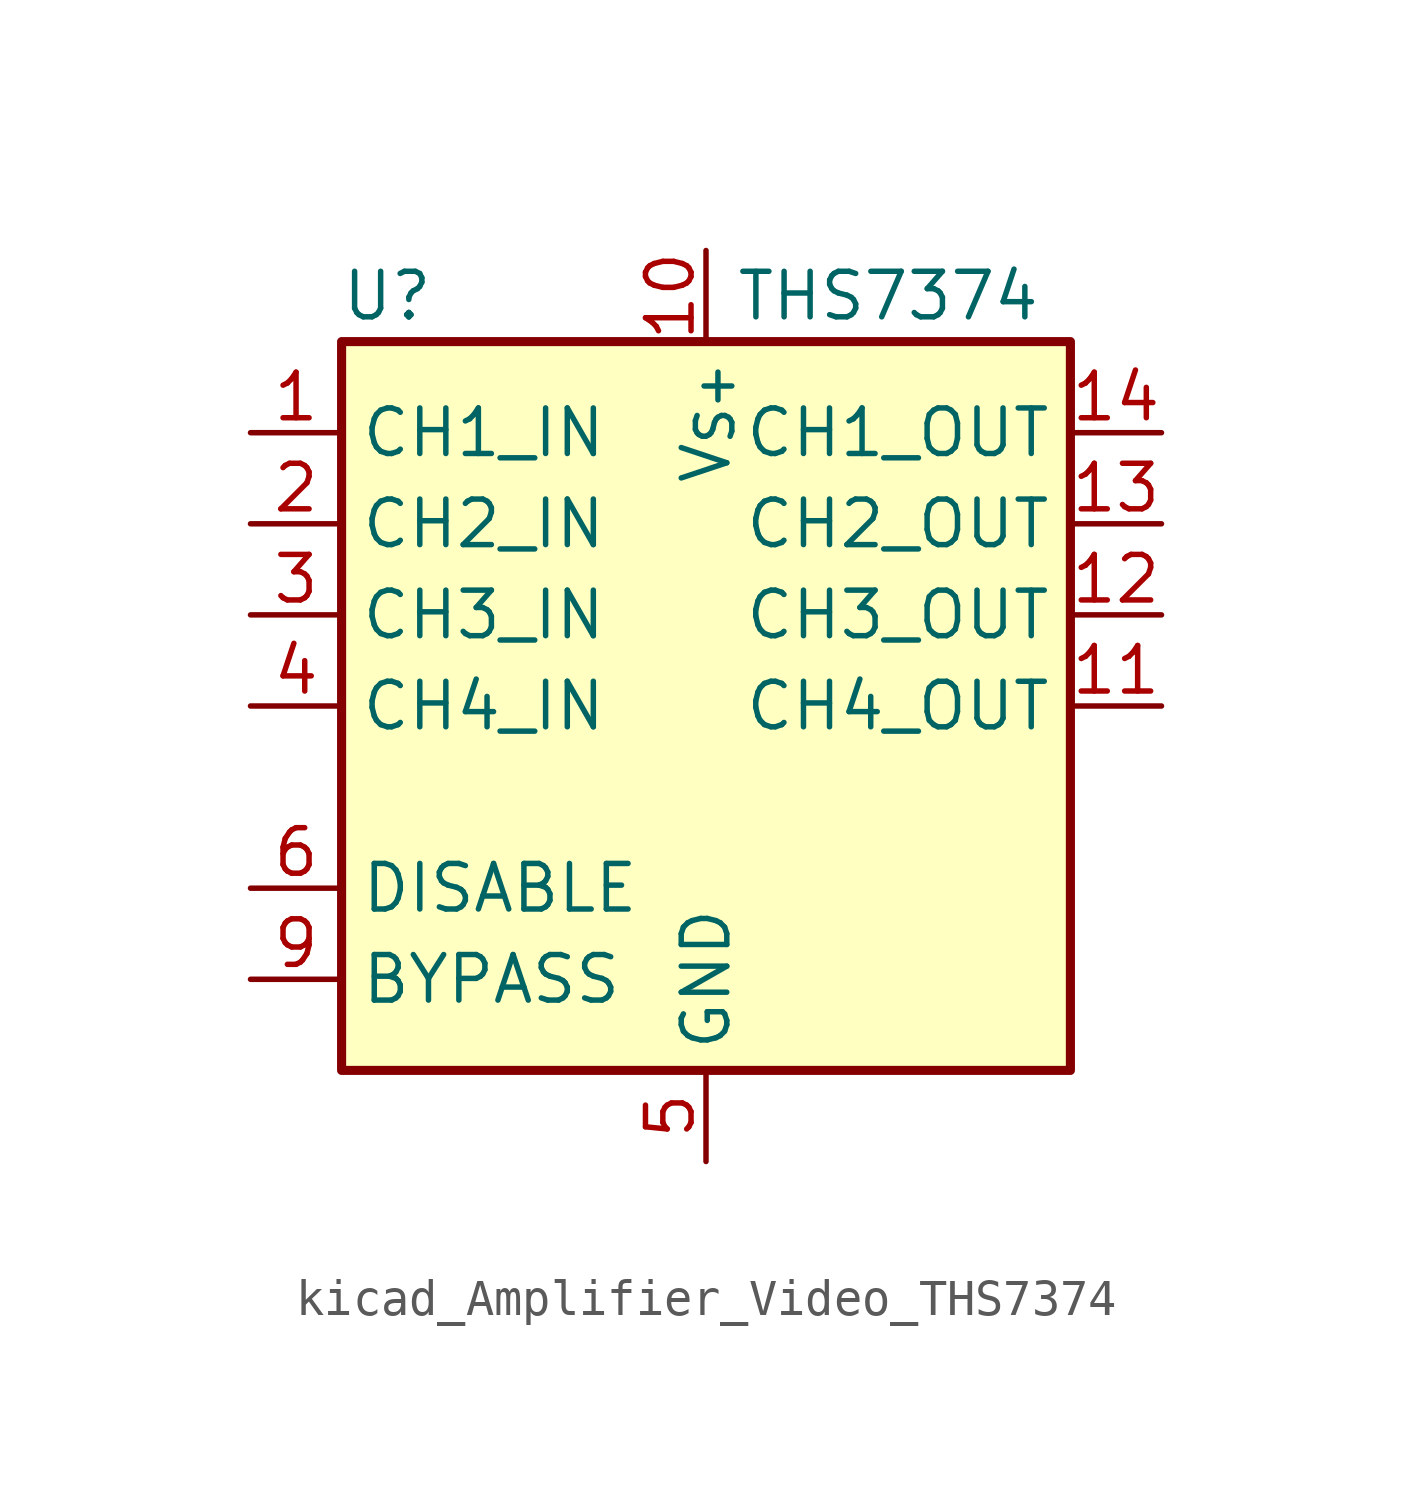
<source format=kicad_sym>
(kicad_symbol_lib
  (version 20220914)
  (generator kicad_symbol_editor)
  (symbol "kicad_Amplifier_Video_THS7374"
    (property "Reference" "U"
      (at -8.89 11.43 0)
      (effects (font (size 1.27 1.27))))
    (property "Value" "THS7374"
      (at 5.08 11.43 0)
      (effects (font (size 1.27 1.27))))
    (symbol "kicad_Amplifier_Video_THS7374_0_1"
      (rectangle (start -10.16 10.16) (end 10.16 -10.16) (stroke (width 0.254) (type default)) (fill (type background))))
    (symbol "kicad_Amplifier_Video_THS7374_1_1"
      (pin input line (at -12.7 7.62 0) (length 2.54) (name "CH1_IN" (effects (font (size 1.27 1.27)))) (number "1" (effects (font (size 1.27 1.27)))))
      (pin power_in line (at 0 12.7 270) (length 2.54) (name "V_{S+}" (effects (font (size 1.27 1.27)))) (number "10" (effects (font (size 1.27 1.27)))))
      (pin output line (at 12.7 0 180) (length 2.54) (name "CH4_OUT" (effects (font (size 1.27 1.27)))) (number "11" (effects (font (size 1.27 1.27)))))
      (pin output line (at 12.7 2.54 180) (length 2.54) (name "CH3_OUT" (effects (font (size 1.27 1.27)))) (number "12" (effects (font (size 1.27 1.27)))))
      (pin output line (at 12.7 5.08 180) (length 2.54) (name "CH2_OUT" (effects (font (size 1.27 1.27)))) (number "13" (effects (font (size 1.27 1.27)))))
      (pin output line (at 12.7 7.62 180) (length 2.54) (name "CH1_OUT" (effects (font (size 1.27 1.27)))) (number "14" (effects (font (size 1.27 1.27)))))
      (pin input line (at -12.7 5.08 0) (length 2.54) (name "CH2_IN" (effects (font (size 1.27 1.27)))) (number "2" (effects (font (size 1.27 1.27)))))
      (pin input line (at -12.7 2.54 0) (length 2.54) (name "CH3_IN" (effects (font (size 1.27 1.27)))) (number "3" (effects (font (size 1.27 1.27)))))
      (pin input line (at -12.7 0 0) (length 2.54) (name "CH4_IN" (effects (font (size 1.27 1.27)))) (number "4" (effects (font (size 1.27 1.27)))))
      (pin power_in line (at 0 -12.7 90) (length 2.54) (name "GND" (effects (font (size 1.27 1.27)))) (number "5" (effects (font (size 1.27 1.27)))))
      (pin input line (at -12.7 -5.08 0) (length 2.54) (name "DISABLE" (effects (font (size 1.27 1.27)))) (number "6" (effects (font (size 1.27 1.27)))))
      (pin no_connect line (at 10.16 -5.08 180) (length 2.54) hide (name "NC" (effects (font (size 1.27 1.27)))) (number "7" (effects (font (size 1.27 1.27)))))
      (pin no_connect line (at 10.16 -7.62 180) (length 2.54) hide (name "NC" (effects (font (size 1.27 1.27)))) (number "8" (effects (font (size 1.27 1.27)))))
      (pin input line (at -12.7 -7.62 0) (length 2.54) (name "BYPASS" (effects (font (size 1.27 1.27)))) (number "9" (effects (font (size 1.27 1.27))))))))
</source>
